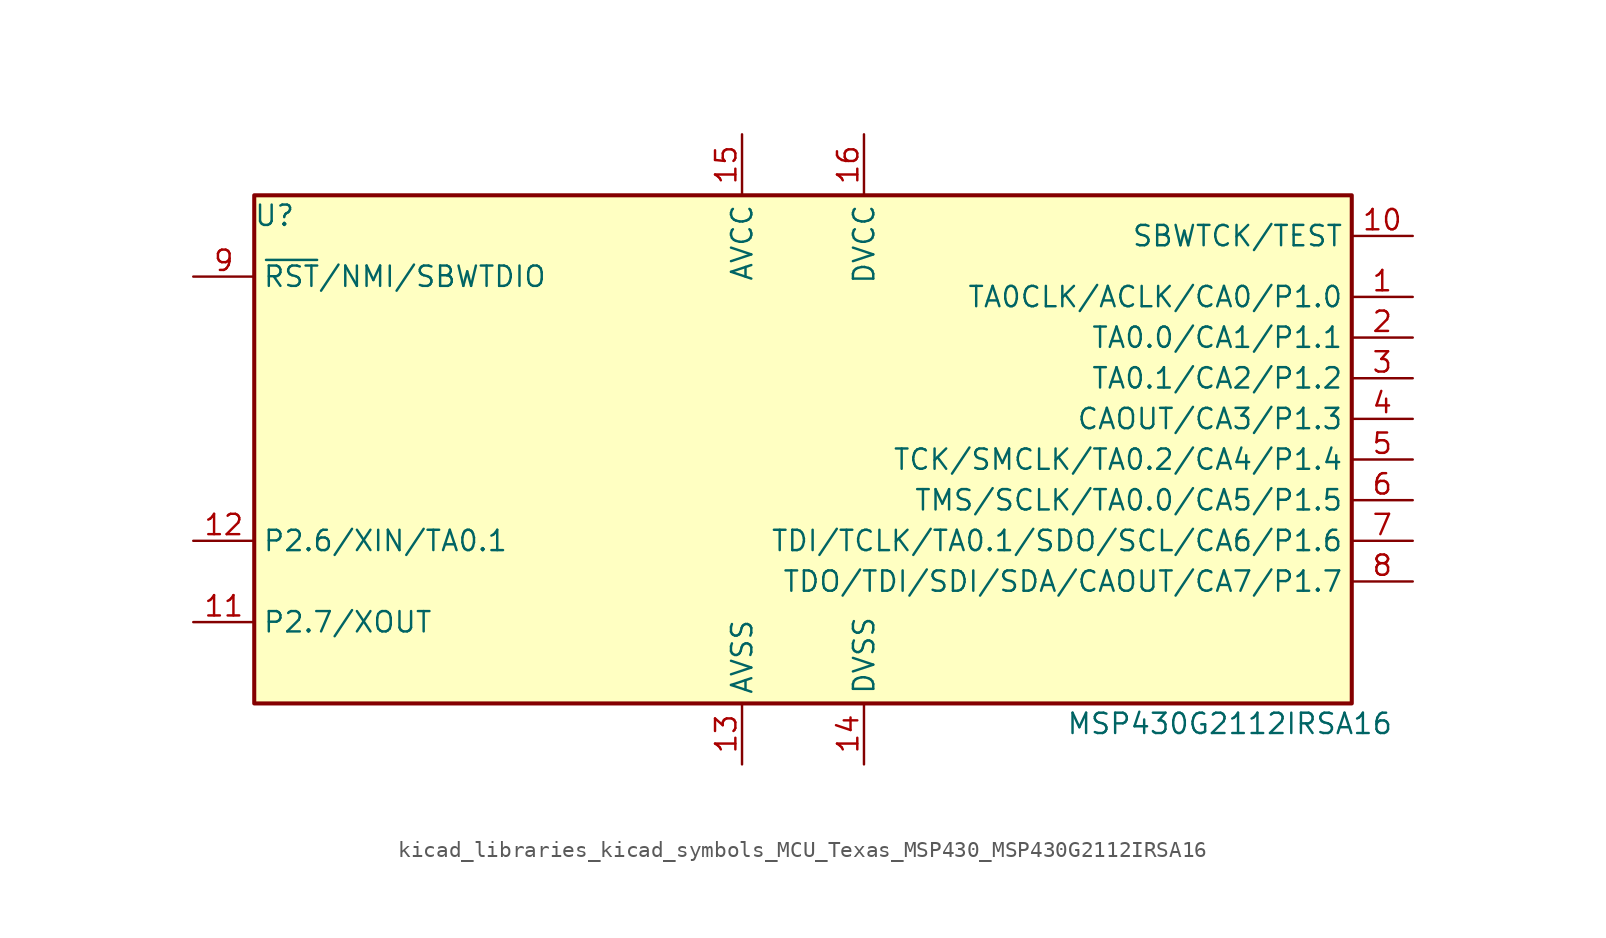
<source format=kicad_sym>
(kicad_symbol_lib
  (version 20220914)
  (generator kicad_symbol_editor)
  (symbol "kicad_libraries_kicad_symbols_MCU_Texas_MSP430_MSP430G2112IRSA16"
    (property "Reference" "U"
      (at -33.02 15.24 0)
      (effects (font (size 1.27 1.27))))
    (property "Value" "MSP430G2112IRSA16"
      (at 26.67 -16.51 0)
      (effects (font (size 1.27 1.27))))
    (symbol "kicad_libraries_kicad_symbols_MCU_Texas_MSP430_MSP430G2112IRSA16_0_1"
      (rectangle (start -34.29 16.51) (end 34.29 -15.24) (stroke (width 0.254) (type default)) (fill (type background))))
    (symbol "kicad_libraries_kicad_symbols_MCU_Texas_MSP430_MSP430G2112IRSA16_1_1"
      (pin bidirectional line (at 38.1 10.16 180) (length 3.81) (name "TA0CLK/ACLK/CA0/P1.0" (effects (font (size 1.27 1.27)))) (number "1" (effects (font (size 1.27 1.27)))))
      (pin input line (at 38.1 13.97 180) (length 3.81) (name "SBWTCK/TEST" (effects (font (size 1.27 1.27)))) (number "10" (effects (font (size 1.27 1.27)))))
      (pin bidirectional line (at -38.1 -10.16 0) (length 3.81) (name "P2.7/XOUT" (effects (font (size 1.27 1.27)))) (number "11" (effects (font (size 1.27 1.27)))))
      (pin bidirectional line (at -38.1 -5.08 0) (length 3.81) (name "P2.6/XIN/TA0.1" (effects (font (size 1.27 1.27)))) (number "12" (effects (font (size 1.27 1.27)))))
      (pin power_in line (at -3.81 -19.05 90) (length 3.81) (name "AVSS" (effects (font (size 1.27 1.27)))) (number "13" (effects (font (size 1.27 1.27)))))
      (pin power_in line (at 3.81 -19.05 90) (length 3.81) (name "DVSS" (effects (font (size 1.27 1.27)))) (number "14" (effects (font (size 1.27 1.27)))))
      (pin power_in line (at -3.81 20.32 270) (length 3.81) (name "AVCC" (effects (font (size 1.27 1.27)))) (number "15" (effects (font (size 1.27 1.27)))))
      (pin power_in line (at 3.81 20.32 270) (length 3.81) (name "DVCC" (effects (font (size 1.27 1.27)))) (number "16" (effects (font (size 1.27 1.27)))))
      (pin bidirectional line (at 38.1 7.62 180) (length 3.81) (name "TA0.0/CA1/P1.1" (effects (font (size 1.27 1.27)))) (number "2" (effects (font (size 1.27 1.27)))))
      (pin bidirectional line (at 38.1 5.08 180) (length 3.81) (name "TA0.1/CA2/P1.2" (effects (font (size 1.27 1.27)))) (number "3" (effects (font (size 1.27 1.27)))))
      (pin bidirectional line (at 38.1 2.54 180) (length 3.81) (name "CAOUT/CA3/P1.3" (effects (font (size 1.27 1.27)))) (number "4" (effects (font (size 1.27 1.27)))))
      (pin bidirectional line (at 38.1 0 180) (length 3.81) (name "TCK/SMCLK/TA0.2/CA4/P1.4" (effects (font (size 1.27 1.27)))) (number "5" (effects (font (size 1.27 1.27)))))
      (pin bidirectional line (at 38.1 -2.54 180) (length 3.81) (name "TMS/SCLK/TA0.0/CA5/P1.5" (effects (font (size 1.27 1.27)))) (number "6" (effects (font (size 1.27 1.27)))))
      (pin bidirectional line (at 38.1 -5.08 180) (length 3.81) (name "TDI/TCLK/TA0.1/SDO/SCL/CA6/P1.6" (effects (font (size 1.27 1.27)))) (number "7" (effects (font (size 1.27 1.27)))))
      (pin bidirectional line (at 38.1 -7.62 180) (length 3.81) (name "TDO/TDI/SDI/SDA/CAOUT/CA7/P1.7" (effects (font (size 1.27 1.27)))) (number "8" (effects (font (size 1.27 1.27)))))
      (pin input line (at -38.1 11.43 0) (length 3.81) (name "~{RST}/NMI/SBWTDIO" (effects (font (size 1.27 1.27)))) (number "9" (effects (font (size 1.27 1.27))))))))
</source>
